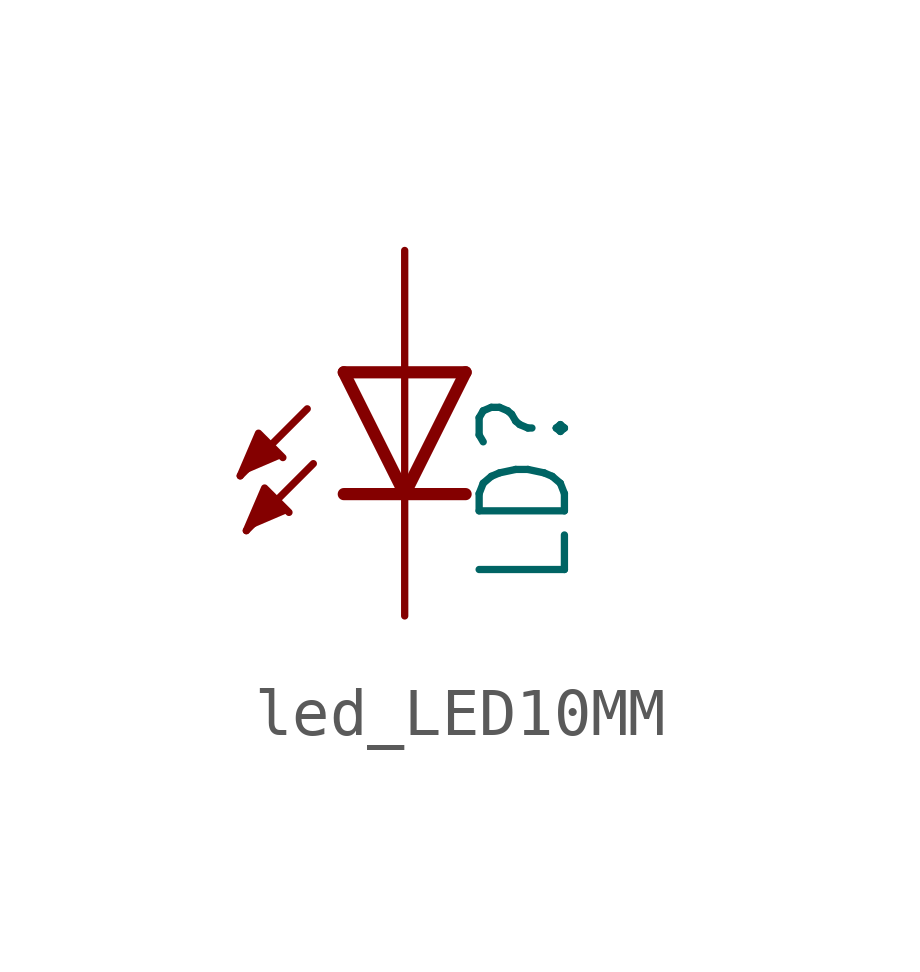
<source format=kicad_sym>
(kicad_symbol_lib
  (version 20220914)
  (generator kicad_symbol_editor)
  (symbol "led_LED10MM"
    (property "Reference" "LD"
      (at 3.556 -4.572 90)
      (effects (font (size 1.778 1.511)) (justify left bottom)))
    (property "Value" ""
      (at 5.715 -4.572 90)
      (effects (font (size 1.778 1.511)) (justify left bottom)))
    (property "ki_locked" ""
      (at 0 0 0)
      (effects (font (size 1.27 1.27))))
    (symbol "led_LED10MM_1_0"
      (polyline (pts (xy -2.032 -0.762) (xy -3.429 -2.159)) (stroke (width 0.152) (type solid)) (fill (type none)))
      (polyline (pts (xy -1.905 -1.905) (xy -3.302 -3.302)) (stroke (width 0.152) (type solid)) (fill (type none)))
      (polyline (pts (xy 0 -2.54) (xy -1.27 -2.54)) (stroke (width 0.254) (type solid)) (fill (type none)))
      (polyline (pts (xy 0 -2.54) (xy -1.27 0)) (stroke (width 0.254) (type solid)) (fill (type none)))
      (polyline (pts (xy 0 0) (xy -1.27 0)) (stroke (width 0.254) (type solid)) (fill (type none)))
      (polyline (pts (xy 0 0) (xy 0 -2.54)) (stroke (width 0.152) (type solid)) (fill (type none)))
      (polyline (pts (xy 1.27 -2.54) (xy 0 -2.54)) (stroke (width 0.254) (type solid)) (fill (type none)))
      (polyline (pts (xy 1.27 0) (xy 0 -2.54)) (stroke (width 0.254) (type solid)) (fill (type none)))
      (polyline (pts (xy 1.27 0) (xy 0 0)) (stroke (width 0.254) (type solid)) (fill (type none)))
      (polyline (pts (xy -3.429 -2.159) (xy -3.048 -1.27) (xy -2.54 -1.778)) (stroke (width 0.152) (type solid)) (fill (type outline)))
      (polyline (pts (xy -3.302 -3.302) (xy -2.921 -2.413) (xy -2.413 -2.921)) (stroke (width 0.152) (type solid)) (fill (type outline)))
      (pin passive line (at 0 2.54 270) (length 2.54) (name "A" (effects (font (size 0 0)))) (number "A" (effects (font (size 0 0)))))
      (pin passive line (at 0 -5.08 90) (length 2.54) (name "C" (effects (font (size 0 0)))) (number "K" (effects (font (size 0 0))))))))
</source>
